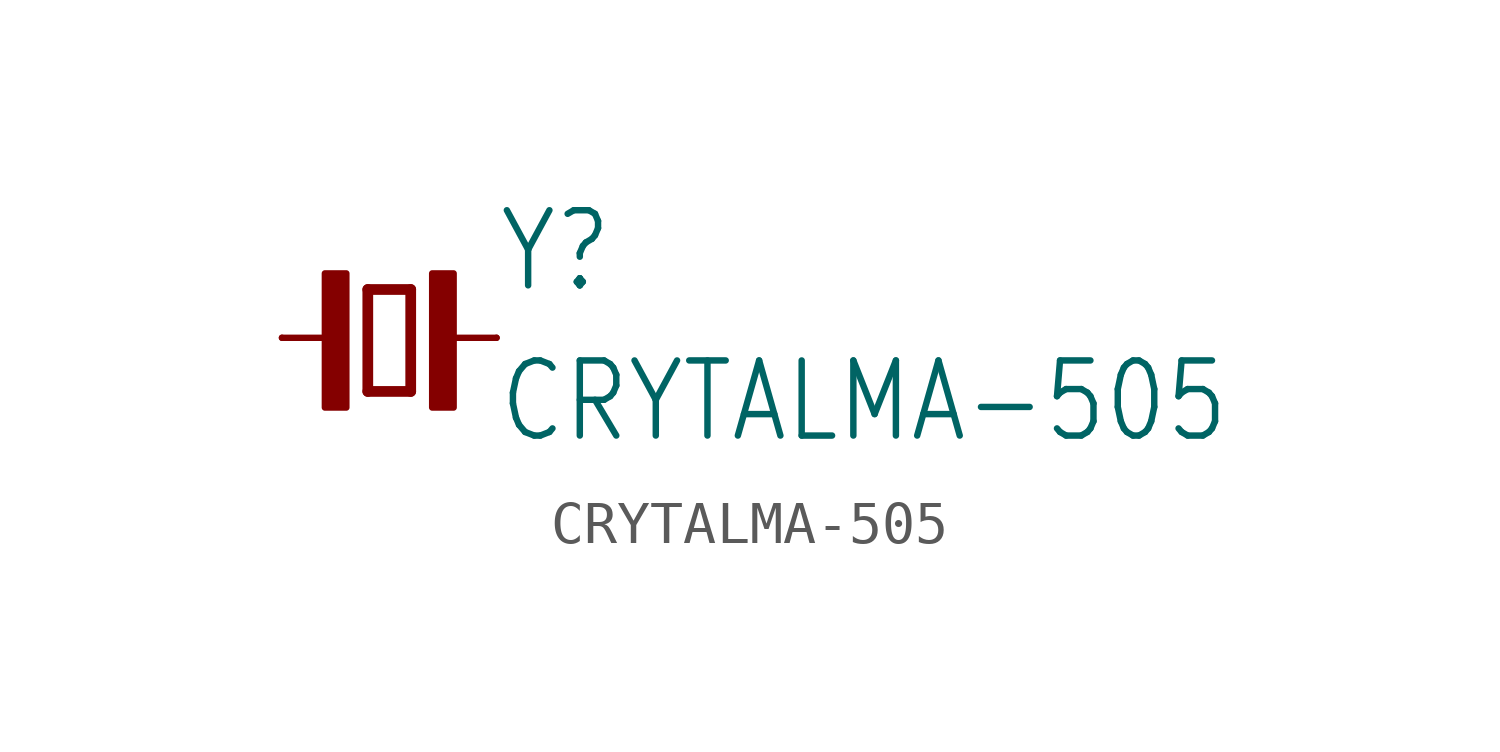
<source format=kicad_sym>
(kicad_symbol_lib
  (version 20211014)
  (generator kicad_symbol_editor)
  (symbol "CRYTALMA-505"
    (property "Reference" "Y"
      (at 2.54 1.016 0)
      (effects (font (size 1.778 1.511)) (justify left bottom)))
    (property "Value" "CRYTALMA-505"
      (at 2.54 -2.54 0)
      (effects (font (size 1.778 1.511)) (justify left bottom)))
    (property "ki_locked" ""
      (at 0 0 0)
      (effects (font (size 1.27 1.27))))
    (symbol "CRYTALMA-505_1_0"
      (rectangle (start -1.524 -1.651) (end -1.016 1.524) (stroke (width 0) (type default) (color 0 0 0 0)) (fill (type outline)))
      (polyline (pts (xy -2.54 0) (xy -1.143 0)) (stroke (width 0.152) (type default) (color 0 0 0 0)) (fill (type none)))
      (polyline (pts (xy -0.508 -1.27) (xy 0.508 -1.27)) (stroke (width 0.254) (type default) (color 0 0 0 0)) (fill (type none)))
      (polyline (pts (xy -0.508 1.143) (xy -0.508 -1.27)) (stroke (width 0.254) (type default) (color 0 0 0 0)) (fill (type none)))
      (polyline (pts (xy 0.508 -1.27) (xy 0.508 1.143)) (stroke (width 0.254) (type default) (color 0 0 0 0)) (fill (type none)))
      (polyline (pts (xy 0.508 1.143) (xy -0.508 1.143)) (stroke (width 0.254) (type default) (color 0 0 0 0)) (fill (type none)))
      (polyline (pts (xy 1.143 0) (xy 2.54 0)) (stroke (width 0.152) (type default) (color 0 0 0 0)) (fill (type none)))
      (rectangle (start 1.016 -1.651) (end 1.524 1.524) (stroke (width 0) (type default) (color 0 0 0 0)) (fill (type outline)))
      (pin passive line (at -2.54 0 0) (length 0) (name "1" (effects (font (size 0 0)))) (number "1" (effects (font (size 0 0)))))
      (pin passive line (at 2.54 0 180) (length 0) (name "2" (effects (font (size 0 0)))) (number "2" (effects (font (size 0 0))))))))
</source>
